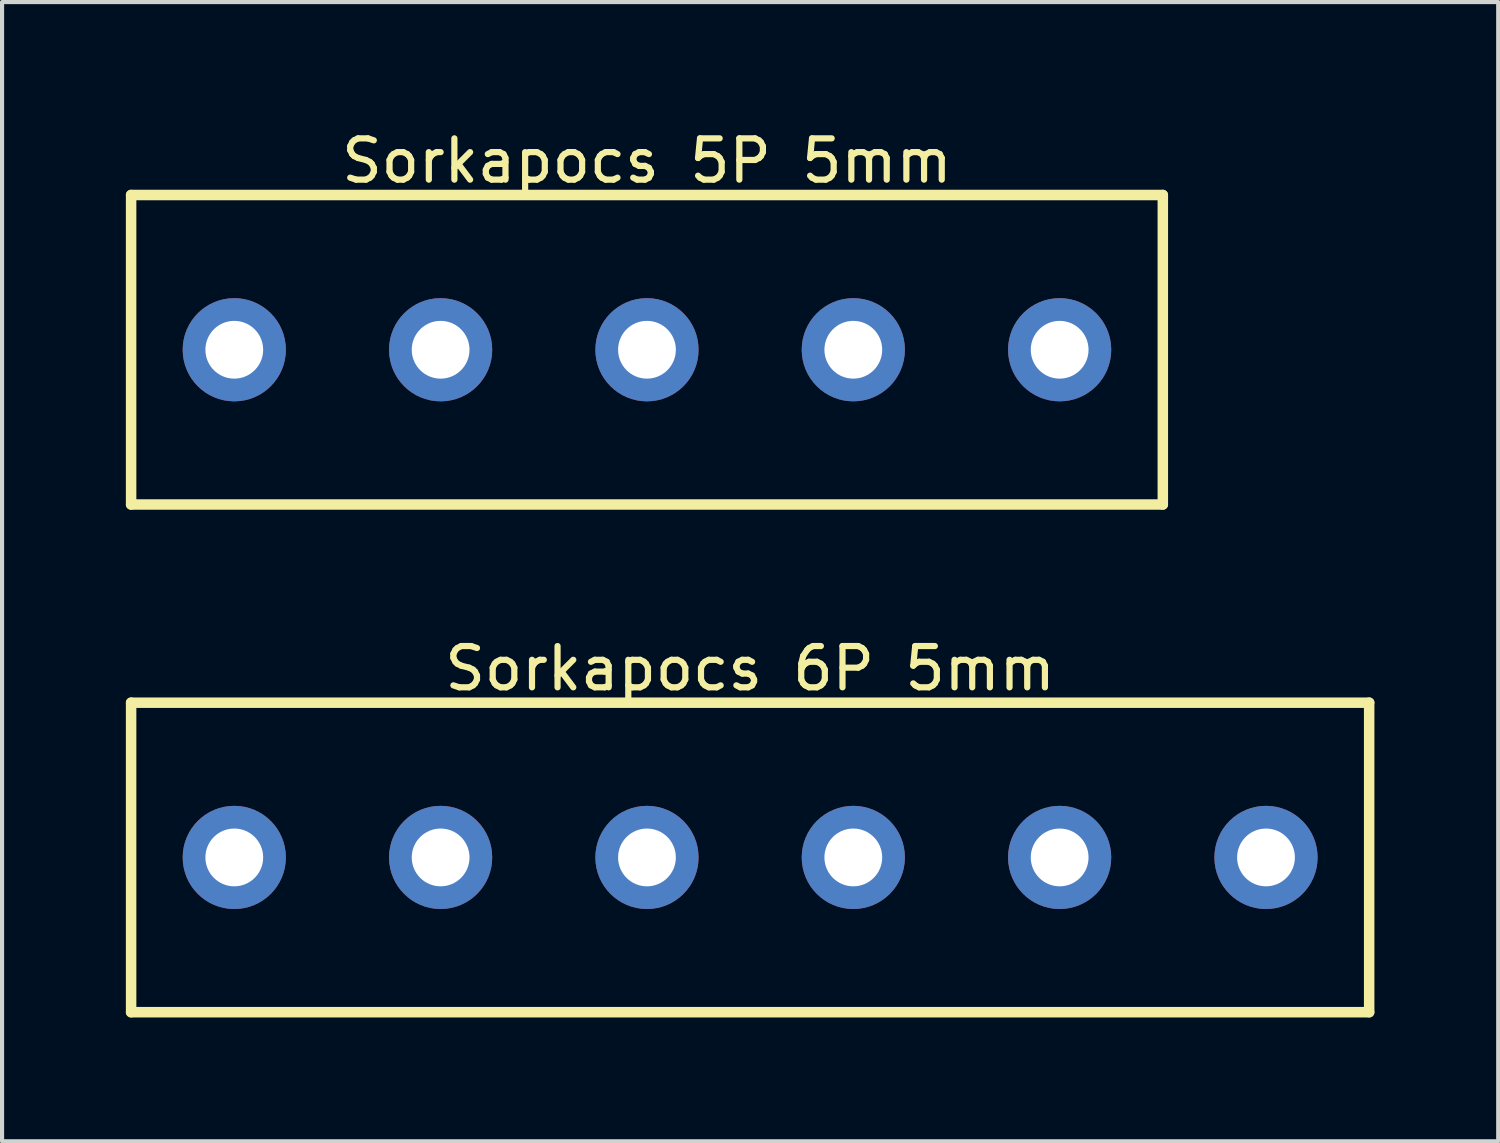
<source format=kicad_pcb>
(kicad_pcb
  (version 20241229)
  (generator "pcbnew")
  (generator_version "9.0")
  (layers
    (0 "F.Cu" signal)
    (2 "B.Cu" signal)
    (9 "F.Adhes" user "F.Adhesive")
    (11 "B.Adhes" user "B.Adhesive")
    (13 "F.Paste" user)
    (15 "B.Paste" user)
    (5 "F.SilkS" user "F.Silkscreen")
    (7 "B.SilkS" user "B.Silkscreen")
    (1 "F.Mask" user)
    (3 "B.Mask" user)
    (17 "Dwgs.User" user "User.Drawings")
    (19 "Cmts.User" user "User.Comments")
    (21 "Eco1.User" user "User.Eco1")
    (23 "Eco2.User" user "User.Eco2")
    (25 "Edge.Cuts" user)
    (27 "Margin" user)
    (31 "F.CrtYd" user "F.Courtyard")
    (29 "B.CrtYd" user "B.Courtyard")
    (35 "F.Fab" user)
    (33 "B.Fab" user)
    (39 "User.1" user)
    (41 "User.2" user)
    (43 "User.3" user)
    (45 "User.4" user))
  (footprint "Sorkapocs 5P 5mm"
    (layer "F.Cu")
    (at 12.627 5.425)
    (property "Reference" "Sorkapocs 5P 5mm" (at 0 -4.577 0) (layer "F.SilkS") (effects (font (size 1 1) (thickness 0.15))))
    (fp_line (start -12.5 -3.75) (end 12.5 -3.75) (stroke (width 0.254) (type solid)) (layer "F.SilkS"))
    (fp_line (start -12.5 3.75) (end -12.5 -3.75) (stroke (width 0.254) (type solid)) (layer "F.SilkS"))
    (fp_line (start -12.5 3.75) (end 12.5 3.75) (stroke (width 0.254) (type solid)) (layer "F.SilkS"))
    (fp_line (start 12.5 3.75) (end 12.5 -3.75) (stroke (width 0.254) (type solid)) (layer "F.SilkS"))
    (pad "1" thru_hole circle (at -10 0) (size 2.5 2.5) (drill 1.4) (layers "*.Cu" "*.Mask"))
    (pad "2" thru_hole circle (at -5 0) (size 2.5 2.5) (drill 1.4) (layers "*.Cu" "*.Mask"))
    (pad "3" thru_hole circle (at 0 0) (size 2.5 2.5) (drill 1.4) (layers "*.Cu" "*.Mask"))
    (pad "4" thru_hole circle (at 5 0) (size 2.5 2.5) (drill 1.4) (layers "*.Cu" "*.Mask"))
    (pad "5" thru_hole circle (at 10 0) (size 2.5 2.5) (drill 1.4) (layers "*.Cu" "*.Mask")))
  (footprint "Sorkapocs 6P 5mm"
    (layer "F.Cu")
    (at 15.127 17.727)
    (property "Reference" "Sorkapocs 6P 5mm" (at 0 -4.577 0) (layer "F.SilkS") (effects (font (size 1 1) (thickness 0.15))))
    (fp_line (start -15 -3.75) (end 15 -3.75) (stroke (width 0.254) (type solid)) (layer "F.SilkS"))
    (fp_line (start -15 3.75) (end -15 -3.75) (stroke (width 0.254) (type solid)) (layer "F.SilkS"))
    (fp_line (start -15 3.75) (end 15 3.75) (stroke (width 0.254) (type solid)) (layer "F.SilkS"))
    (fp_line (start 15 3.75) (end 15 -3.75) (stroke (width 0.254) (type solid)) (layer "F.SilkS"))
    (pad "1" thru_hole circle (at -12.5 0) (size 2.5 2.5) (drill 1.4) (layers "*.Cu" "*.Mask"))
    (pad "2" thru_hole circle (at -7.5 0) (size 2.5 2.5) (drill 1.4) (layers "*.Cu" "*.Mask"))
    (pad "3" thru_hole circle (at -2.5 0) (size 2.5 2.5) (drill 1.4) (layers "*.Cu" "*.Mask"))
    (pad "4" thru_hole circle (at 2.5 0) (size 2.5 2.5) (drill 1.4) (layers "*.Cu" "*.Mask"))
    (pad "5" thru_hole circle (at 7.5 0) (size 2.5 2.5) (drill 1.4) (layers "*.Cu" "*.Mask"))
    (pad "6" thru_hole circle (at 12.5 0) (size 2.5 2.5) (drill 1.4) (layers "*.Cu" "*.Mask")))
  (gr_rect
    (start -3 -3)
    (end 33.254 24.605)
    (stroke (width 0.1) (type default))
    (fill no)
    (layer "Edge.Cuts")))
</source>
